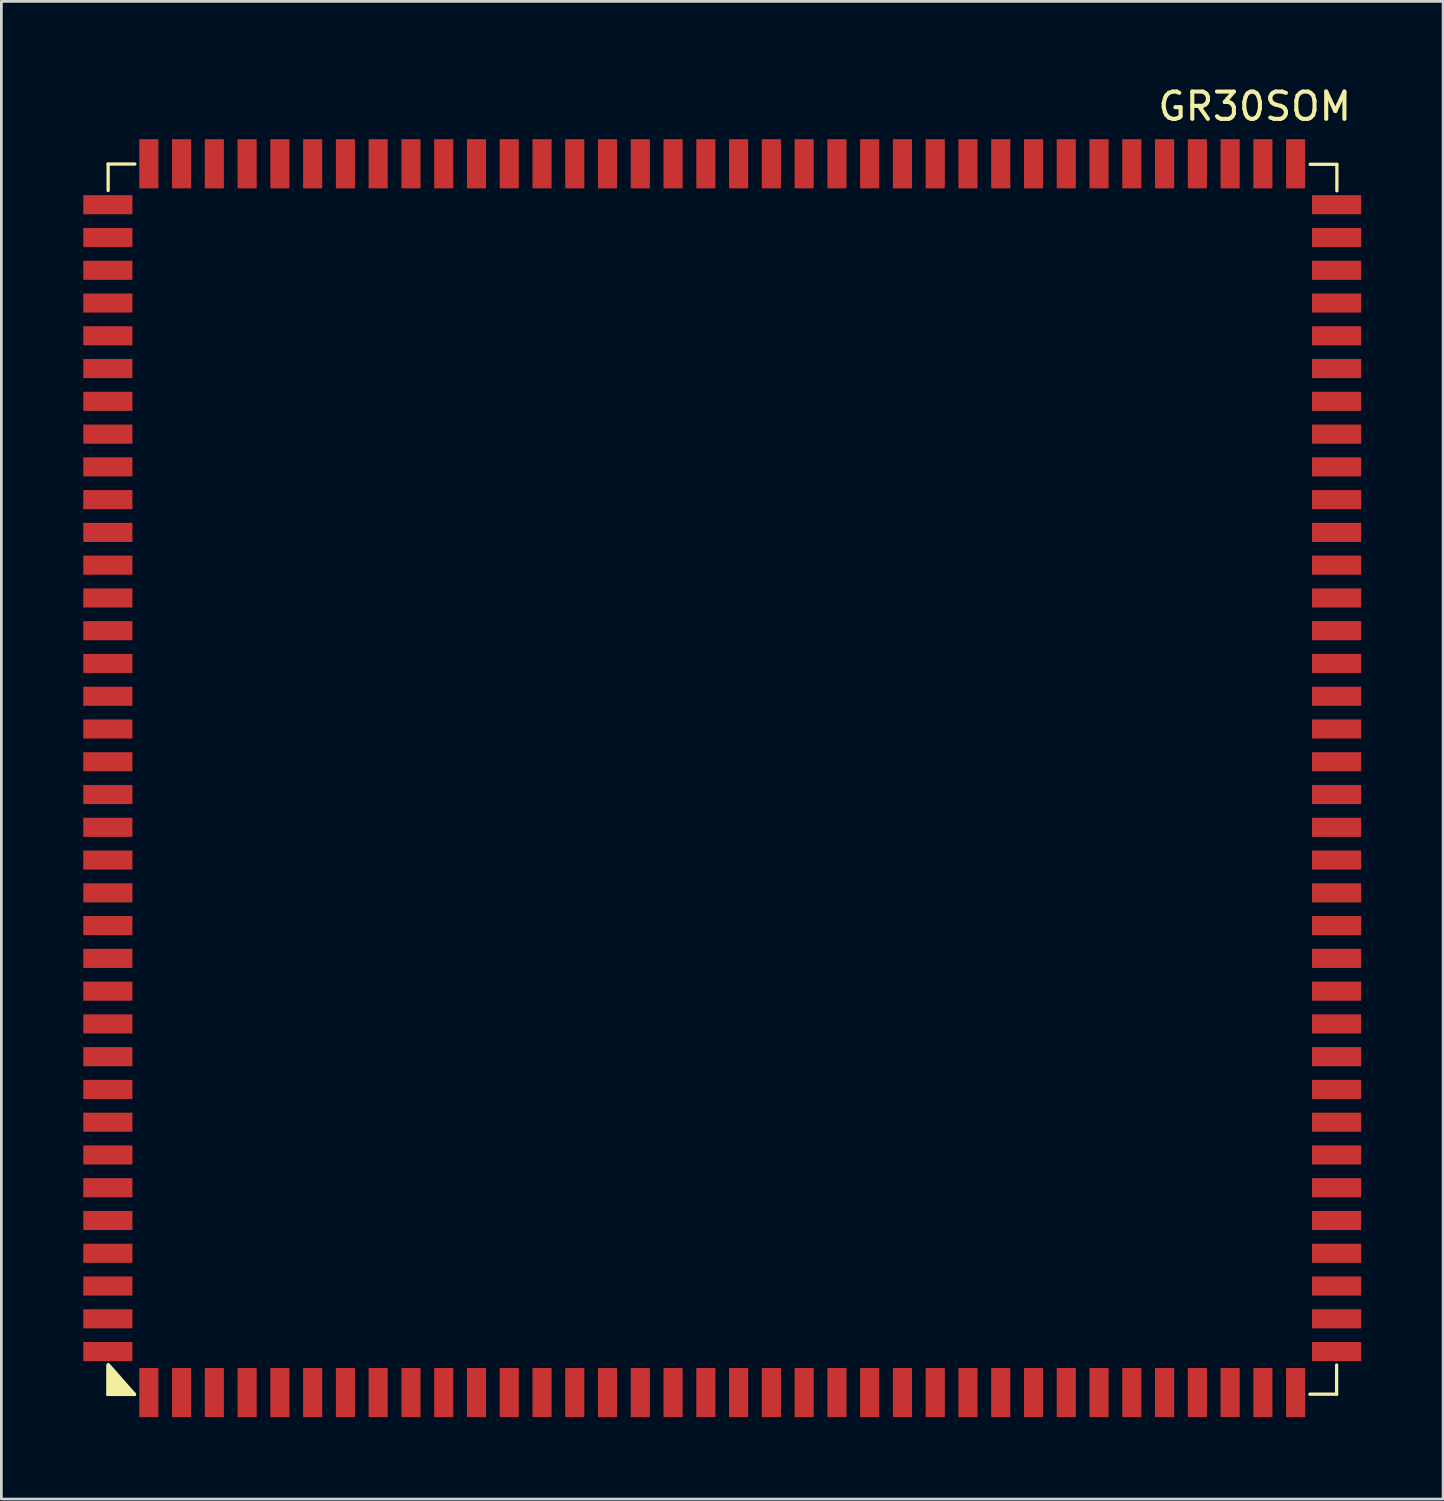
<source format=kicad_pcb>
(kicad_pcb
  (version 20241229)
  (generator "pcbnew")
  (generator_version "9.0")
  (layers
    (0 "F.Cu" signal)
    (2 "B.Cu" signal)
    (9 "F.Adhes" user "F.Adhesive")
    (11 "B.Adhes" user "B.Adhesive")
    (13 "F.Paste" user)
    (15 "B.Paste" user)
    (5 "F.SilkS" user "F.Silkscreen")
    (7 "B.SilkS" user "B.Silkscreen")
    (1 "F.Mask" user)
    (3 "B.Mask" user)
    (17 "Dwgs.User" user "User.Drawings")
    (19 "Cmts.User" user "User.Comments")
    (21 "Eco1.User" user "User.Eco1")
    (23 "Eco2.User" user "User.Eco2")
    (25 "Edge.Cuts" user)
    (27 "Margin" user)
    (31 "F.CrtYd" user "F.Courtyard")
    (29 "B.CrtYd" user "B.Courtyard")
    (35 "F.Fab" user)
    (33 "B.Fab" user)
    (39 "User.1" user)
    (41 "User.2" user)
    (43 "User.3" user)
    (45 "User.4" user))
  (footprint "GR30SOM"
    (layer "F.Cu")
    (at 23.4 25.448)
    (property "Reference" "GR30SOM" (at 19.5 -24.6 0) (layer "F.SilkS") (effects (font (size 1 1) (thickness 0.15))))
    (attr smd)
    (fp_line (start -22.5 21.5) (end -22.5 22.57) (stroke (width 0.12) (type solid)) (layer "F.SilkS"))
    (fp_line (start -22.5 22.57) (end -21.52 22.57) (stroke (width 0.12) (type solid)) (layer "F.SilkS"))
    (fp_line (start -22.49 -22.49) (end -22.49 -21.52) (stroke (width 0.12) (type solid)) (layer "F.SilkS"))
    (fp_line (start -22.48 21.48) (end -21.53 22.56) (stroke (width 0.12) (type solid)) (layer "F.SilkS"))
    (fp_line (start -22.48 21.84) (end -21.76 22.56) (stroke (width 0.12) (type solid)) (layer "F.SilkS"))
    (fp_line (start -22.47 21.61) (end -21.64 22.55) (stroke (width 0.12) (type solid)) (layer "F.SilkS"))
    (fp_line (start -22.46 21.74) (end -21.73 22.53) (stroke (width 0.12) (type solid)) (layer "F.SilkS"))
    (fp_line (start -22.45 21.96) (end -22.42 22.5) (stroke (width 0.12) (type solid)) (layer "F.SilkS"))
    (fp_line (start -22.42 22.09) (end -22.34 22.48) (stroke (width 0.12) (type solid)) (layer "F.SilkS"))
    (fp_line (start -22.42 22.5) (end -21.91 22.49) (stroke (width 0.12) (type solid)) (layer "F.SilkS"))
    (fp_line (start -22.35 22.25) (end -22.25 22.41) (stroke (width 0.12) (type solid)) (layer "F.SilkS"))
    (fp_line (start -22.34 22.48) (end -22.05 22.43) (stroke (width 0.12) (type solid)) (layer "F.SilkS"))
    (fp_line (start -22.25 22.41) (end -22.12 22.29) (stroke (width 0.12) (type solid)) (layer "F.SilkS"))
    (fp_line (start -22.05 22.43) (end -22.35 22.25) (stroke (width 0.12) (type solid)) (layer "F.SilkS"))
    (fp_line (start -21.91 22.49) (end -22.42 22.09) (stroke (width 0.12) (type solid)) (layer "F.SilkS"))
    (fp_line (start -21.76 22.56) (end -22.45 21.96) (stroke (width 0.12) (type solid)) (layer "F.SilkS"))
    (fp_line (start -21.53 22.56) (end -21.56 22.57) (stroke (width 0.12) (type solid)) (layer "F.SilkS"))
    (fp_line (start -21.51 -22.49) (end -22.49 -22.49) (stroke (width 0.12) (type solid)) (layer "F.SilkS"))
    (fp_line (start 21.53 -22.48) (end 22.51 -22.48) (stroke (width 0.12) (type solid)) (layer "F.SilkS"))
    (fp_line (start 22.5 21.49) (end 22.5 22.56) (stroke (width 0.12) (type solid)) (layer "F.SilkS"))
    (fp_line (start 22.5 22.56) (end 21.52 22.56) (stroke (width 0.12) (type solid)) (layer "F.SilkS"))
    (fp_line (start 22.51 -22.48) (end 22.51 -21.51) (stroke (width 0.12) (type solid)) (layer "F.SilkS"))
    (pad "1" smd rect (at -21 22.5) (size 0.7 1.8) (layers "F.Cu" "F.Mask" "F.Paste"))
    (pad "2" smd rect (at -19.8 22.5) (size 0.7 1.8) (layers "F.Cu" "F.Mask" "F.Paste"))
    (pad "3" smd rect (at -18.6 22.5) (size 0.7 1.8) (layers "F.Cu" "F.Mask" "F.Paste"))
    (pad "4" smd rect (at -17.4 22.5) (size 0.7 1.8) (layers "F.Cu" "F.Mask" "F.Paste"))
    (pad "5" smd rect (at -16.2 22.5) (size 0.7 1.8) (layers "F.Cu" "F.Mask" "F.Paste"))
    (pad "6" smd rect (at -15 22.5) (size 0.7 1.8) (layers "F.Cu" "F.Mask" "F.Paste"))
    (pad "7" smd rect (at -13.8 22.5) (size 0.7 1.8) (layers "F.Cu" "F.Mask" "F.Paste"))
    (pad "8" smd rect (at -12.6 22.5) (size 0.7 1.8) (layers "F.Cu" "F.Mask" "F.Paste"))
    (pad "9" smd rect (at -11.4 22.5) (size 0.7 1.8) (layers "F.Cu" "F.Mask" "F.Paste"))
    (pad "10" smd rect (at -10.2 22.5) (size 0.7 1.8) (layers "F.Cu" "F.Mask" "F.Paste"))
    (pad "11" smd rect (at -9 22.5) (size 0.7 1.8) (layers "F.Cu" "F.Mask" "F.Paste"))
    (pad "12" smd rect (at -7.8 22.5) (size 0.7 1.8) (layers "F.Cu" "F.Mask" "F.Paste"))
    (pad "13" smd rect (at -6.6 22.5) (size 0.7 1.8) (layers "F.Cu" "F.Mask" "F.Paste"))
    (pad "14" smd rect (at -5.4 22.5) (size 0.7 1.8) (layers "F.Cu" "F.Mask" "F.Paste"))
    (pad "15" smd rect (at -4.2 22.5) (size 0.7 1.8) (layers "F.Cu" "F.Mask" "F.Paste"))
    (pad "16" smd rect (at -3 22.5) (size 0.7 1.8) (layers "F.Cu" "F.Mask" "F.Paste"))
    (pad "17" smd rect (at -1.8 22.5) (size 0.7 1.8) (layers "F.Cu" "F.Mask" "F.Paste"))
    (pad "18" smd rect (at -0.6 22.5) (size 0.7 1.8) (layers "F.Cu" "F.Mask" "F.Paste"))
    (pad "19" smd rect (at 0.6 22.5) (size 0.7 1.8) (layers "F.Cu" "F.Mask" "F.Paste"))
    (pad "20" smd rect (at 1.8 22.5) (size 0.7 1.8) (layers "F.Cu" "F.Mask" "F.Paste"))
    (pad "21" smd rect (at 3 22.5) (size 0.7 1.8) (layers "F.Cu" "F.Mask" "F.Paste"))
    (pad "22" smd rect (at 4.2 22.5) (size 0.7 1.8) (layers "F.Cu" "F.Mask" "F.Paste"))
    (pad "23" smd rect (at 5.4 22.5) (size 0.7 1.8) (layers "F.Cu" "F.Mask" "F.Paste"))
    (pad "24" smd rect (at 6.6 22.5) (size 0.7 1.8) (layers "F.Cu" "F.Mask" "F.Paste"))
    (pad "25" smd rect (at 7.8 22.5) (size 0.7 1.8) (layers "F.Cu" "F.Mask" "F.Paste"))
    (pad "26" smd rect (at 9 22.5) (size 0.7 1.8) (layers "F.Cu" "F.Mask" "F.Paste"))
    (pad "27" smd rect (at 10.2 22.5) (size 0.7 1.8) (layers "F.Cu" "F.Mask" "F.Paste"))
    (pad "28" smd rect (at 11.4 22.5) (size 0.7 1.8) (layers "F.Cu" "F.Mask" "F.Paste"))
    (pad "29" smd rect (at 12.6 22.5) (size 0.7 1.8) (layers "F.Cu" "F.Mask" "F.Paste"))
    (pad "30" smd rect (at 13.8 22.5) (size 0.7 1.8) (layers "F.Cu" "F.Mask" "F.Paste"))
    (pad "31" smd rect (at 15 22.5) (size 0.7 1.8) (layers "F.Cu" "F.Mask" "F.Paste"))
    (pad "32" smd rect (at 16.2 22.5) (size 0.7 1.8) (layers "F.Cu" "F.Mask" "F.Paste"))
    (pad "33" smd rect (at 17.4 22.5) (size 0.7 1.8) (layers "F.Cu" "F.Mask" "F.Paste"))
    (pad "34" smd rect (at 18.6 22.5) (size 0.7 1.8) (layers "F.Cu" "F.Mask" "F.Paste"))
    (pad "35" smd rect (at 19.8 22.5) (size 0.7 1.8) (layers "F.Cu" "F.Mask" "F.Paste"))
    (pad "36" smd rect (at 21 22.5) (size 0.7 1.8) (layers "F.Cu" "F.Mask" "F.Paste"))
    (pad "37" smd rect (at 22.5 21 90) (size 0.7 1.8) (layers "F.Cu" "F.Mask" "F.Paste"))
    (pad "38" smd rect (at 22.5 19.8 90) (size 0.7 1.8) (layers "F.Cu" "F.Mask" "F.Paste"))
    (pad "39" smd rect (at 22.5 18.6 90) (size 0.7 1.8) (layers "F.Cu" "F.Mask" "F.Paste"))
    (pad "40" smd rect (at 22.5 17.4 90) (size 0.7 1.8) (layers "F.Cu" "F.Mask" "F.Paste"))
    (pad "41" smd rect (at 22.5 16.2 90) (size 0.7 1.8) (layers "F.Cu" "F.Mask" "F.Paste"))
    (pad "42" smd rect (at 22.5 15 90) (size 0.7 1.8) (layers "F.Cu" "F.Mask" "F.Paste"))
    (pad "43" smd rect (at 22.5 13.8 90) (size 0.7 1.8) (layers "F.Cu" "F.Mask" "F.Paste"))
    (pad "44" smd rect (at 22.5 12.6 90) (size 0.7 1.8) (layers "F.Cu" "F.Mask" "F.Paste"))
    (pad "45" smd rect (at 22.5 11.4 90) (size 0.7 1.8) (layers "F.Cu" "F.Mask" "F.Paste"))
    (pad "46" smd rect (at 22.5 10.2 90) (size 0.7 1.8) (layers "F.Cu" "F.Mask" "F.Paste"))
    (pad "47" smd rect (at 22.5 9 90) (size 0.7 1.8) (layers "F.Cu" "F.Mask" "F.Paste"))
    (pad "48" smd rect (at 22.5 7.8 90) (size 0.7 1.8) (layers "F.Cu" "F.Mask" "F.Paste"))
    (pad "49" smd rect (at 22.5 6.6 90) (size 0.7 1.8) (layers "F.Cu" "F.Mask" "F.Paste"))
    (pad "50" smd rect (at 22.5 5.4 90) (size 0.7 1.8) (layers "F.Cu" "F.Mask" "F.Paste"))
    (pad "51" smd rect (at 22.5 4.2 90) (size 0.7 1.8) (layers "F.Cu" "F.Mask" "F.Paste"))
    (pad "52" smd rect (at 22.5 3 90) (size 0.7 1.8) (layers "F.Cu" "F.Mask" "F.Paste"))
    (pad "53" smd rect (at 22.5 1.8 90) (size 0.7 1.8) (layers "F.Cu" "F.Mask" "F.Paste"))
    (pad "54" smd rect (at 22.5 0.6 90) (size 0.7 1.8) (layers "F.Cu" "F.Mask" "F.Paste"))
    (pad "55" smd rect (at 22.5 -0.6 90) (size 0.7 1.8) (layers "F.Cu" "F.Mask" "F.Paste"))
    (pad "56" smd rect (at 22.5 -1.8 90) (size 0.7 1.8) (layers "F.Cu" "F.Mask" "F.Paste"))
    (pad "57" smd rect (at 22.5 -3 90) (size 0.7 1.8) (layers "F.Cu" "F.Mask" "F.Paste"))
    (pad "58" smd rect (at 22.5 -4.2 90) (size 0.7 1.8) (layers "F.Cu" "F.Mask" "F.Paste"))
    (pad "59" smd rect (at 22.5 -5.4 90) (size 0.7 1.8) (layers "F.Cu" "F.Mask" "F.Paste"))
    (pad "60" smd rect (at 22.5 -6.6 90) (size 0.7 1.8) (layers "F.Cu" "F.Mask" "F.Paste"))
    (pad "61" smd rect (at 22.5 -7.8 90) (size 0.7 1.8) (layers "F.Cu" "F.Mask" "F.Paste"))
    (pad "62" smd rect (at 22.5 -9 90) (size 0.7 1.8) (layers "F.Cu" "F.Mask" "F.Paste"))
    (pad "63" smd rect (at 22.5 -10.2 90) (size 0.7 1.8) (layers "F.Cu" "F.Mask" "F.Paste"))
    (pad "64" smd rect (at 22.5 -11.4 90) (size 0.7 1.8) (layers "F.Cu" "F.Mask" "F.Paste"))
    (pad "65" smd rect (at 22.5 -12.6 90) (size 0.7 1.8) (layers "F.Cu" "F.Mask" "F.Paste"))
    (pad "66" smd rect (at 22.5 -13.8 90) (size 0.7 1.8) (layers "F.Cu" "F.Mask" "F.Paste"))
    (pad "67" smd rect (at 22.5 -15 90) (size 0.7 1.8) (layers "F.Cu" "F.Mask" "F.Paste"))
    (pad "68" smd rect (at 22.5 -16.2 90) (size 0.7 1.8) (layers "F.Cu" "F.Mask" "F.Paste"))
    (pad "69" smd rect (at 22.5 -17.4 90) (size 0.7 1.8) (layers "F.Cu" "F.Mask" "F.Paste"))
    (pad "70" smd rect (at 22.5 -18.6 90) (size 0.7 1.8) (layers "F.Cu" "F.Mask" "F.Paste"))
    (pad "71" smd rect (at 22.5 -19.8 90) (size 0.7 1.8) (layers "F.Cu" "F.Mask" "F.Paste"))
    (pad "72" smd rect (at 22.5 -21 90) (size 0.7 1.8) (layers "F.Cu" "F.Mask" "F.Paste"))
    (pad "73" smd rect (at 21 -22.5) (size 0.7 1.8) (layers "F.Cu" "F.Mask" "F.Paste"))
    (pad "74" smd rect (at 19.8 -22.5) (size 0.7 1.8) (layers "F.Cu" "F.Mask" "F.Paste"))
    (pad "75" smd rect (at 18.6 -22.5) (size 0.7 1.8) (layers "F.Cu" "F.Mask" "F.Paste"))
    (pad "76" smd rect (at 17.4 -22.5) (size 0.7 1.8) (layers "F.Cu" "F.Mask" "F.Paste"))
    (pad "77" smd rect (at 16.2 -22.5) (size 0.7 1.8) (layers "F.Cu" "F.Mask" "F.Paste"))
    (pad "78" smd rect (at 15 -22.5) (size 0.7 1.8) (layers "F.Cu" "F.Mask" "F.Paste"))
    (pad "79" smd rect (at 13.8 -22.5) (size 0.7 1.8) (layers "F.Cu" "F.Mask" "F.Paste"))
    (pad "80" smd rect (at 12.6 -22.5) (size 0.7 1.8) (layers "F.Cu" "F.Mask" "F.Paste"))
    (pad "81" smd rect (at 11.4 -22.5) (size 0.7 1.8) (layers "F.Cu" "F.Mask" "F.Paste"))
    (pad "82" smd rect (at 10.2 -22.5) (size 0.7 1.8) (layers "F.Cu" "F.Mask" "F.Paste"))
    (pad "83" smd rect (at 9 -22.5) (size 0.7 1.8) (layers "F.Cu" "F.Mask" "F.Paste"))
    (pad "84" smd rect (at 7.8 -22.5) (size 0.7 1.8) (layers "F.Cu" "F.Mask" "F.Paste"))
    (pad "85" smd rect (at 6.6 -22.5) (size 0.7 1.8) (layers "F.Cu" "F.Mask" "F.Paste"))
    (pad "86" smd rect (at 5.4 -22.5) (size 0.7 1.8) (layers "F.Cu" "F.Mask" "F.Paste"))
    (pad "87" smd rect (at 4.2 -22.5) (size 0.7 1.8) (layers "F.Cu" "F.Mask" "F.Paste"))
    (pad "88" smd rect (at 3 -22.5) (size 0.7 1.8) (layers "F.Cu" "F.Mask" "F.Paste"))
    (pad "89" smd rect (at 1.8 -22.5) (size 0.7 1.8) (layers "F.Cu" "F.Mask" "F.Paste"))
    (pad "90" smd rect (at 0.6 -22.5) (size 0.7 1.8) (layers "F.Cu" "F.Mask" "F.Paste"))
    (pad "91" smd rect (at -0.6 -22.5) (size 0.7 1.8) (layers "F.Cu" "F.Mask" "F.Paste"))
    (pad "92" smd rect (at -1.8 -22.5) (size 0.7 1.8) (layers "F.Cu" "F.Mask" "F.Paste"))
    (pad "93" smd rect (at -3 -22.5) (size 0.7 1.8) (layers "F.Cu" "F.Mask" "F.Paste"))
    (pad "94" smd rect (at -4.2 -22.5) (size 0.7 1.8) (layers "F.Cu" "F.Mask" "F.Paste"))
    (pad "95" smd rect (at -5.4 -22.5) (size 0.7 1.8) (layers "F.Cu" "F.Mask" "F.Paste"))
    (pad "96" smd rect (at -6.6 -22.5) (size 0.7 1.8) (layers "F.Cu" "F.Mask" "F.Paste"))
    (pad "97" smd rect (at -7.8 -22.5) (size 0.7 1.8) (layers "F.Cu" "F.Mask" "F.Paste"))
    (pad "98" smd rect (at -9 -22.5) (size 0.7 1.8) (layers "F.Cu" "F.Mask" "F.Paste"))
    (pad "99" smd rect (at -10.2 -22.5) (size 0.7 1.8) (layers "F.Cu" "F.Mask" "F.Paste"))
    (pad "100" smd rect (at -11.4 -22.5) (size 0.7 1.8) (layers "F.Cu" "F.Mask" "F.Paste"))
    (pad "101" smd rect (at -12.6 -22.5) (size 0.7 1.8) (layers "F.Cu" "F.Mask" "F.Paste"))
    (pad "102" smd rect (at -13.8 -22.5) (size 0.7 1.8) (layers "F.Cu" "F.Mask" "F.Paste"))
    (pad "103" smd rect (at -15 -22.5) (size 0.7 1.8) (layers "F.Cu" "F.Mask" "F.Paste"))
    (pad "104" smd rect (at -16.2 -22.5) (size 0.7 1.8) (layers "F.Cu" "F.Mask" "F.Paste"))
    (pad "105" smd rect (at -17.4 -22.5) (size 0.7 1.8) (layers "F.Cu" "F.Mask" "F.Paste"))
    (pad "106" smd rect (at -18.6 -22.5) (size 0.7 1.8) (layers "F.Cu" "F.Mask" "F.Paste"))
    (pad "107" smd rect (at -19.8 -22.5) (size 0.7 1.8) (layers "F.Cu" "F.Mask" "F.Paste"))
    (pad "108" smd rect (at -21 -22.5) (size 0.7 1.8) (layers "F.Cu" "F.Mask" "F.Paste"))
    (pad "109" smd rect (at -22.5 -21 90) (size 0.7 1.8) (layers "F.Cu" "F.Mask" "F.Paste"))
    (pad "110" smd rect (at -22.5 -19.8 90) (size 0.7 1.8) (layers "F.Cu" "F.Mask" "F.Paste"))
    (pad "111" smd rect (at -22.5 -18.6 90) (size 0.7 1.8) (layers "F.Cu" "F.Mask" "F.Paste"))
    (pad "112" smd rect (at -22.5 -17.4 90) (size 0.7 1.8) (layers "F.Cu" "F.Mask" "F.Paste"))
    (pad "113" smd rect (at -22.5 -16.2 90) (size 0.7 1.8) (layers "F.Cu" "F.Mask" "F.Paste"))
    (pad "114" smd rect (at -22.5 -15 90) (size 0.7 1.8) (layers "F.Cu" "F.Mask" "F.Paste"))
    (pad "115" smd rect (at -22.5 -13.8 90) (size 0.7 1.8) (layers "F.Cu" "F.Mask" "F.Paste"))
    (pad "116" smd rect (at -22.5 -12.6 90) (size 0.7 1.8) (layers "F.Cu" "F.Mask" "F.Paste"))
    (pad "117" smd rect (at -22.5 -11.4 90) (size 0.7 1.8) (layers "F.Cu" "F.Mask" "F.Paste"))
    (pad "118" smd rect (at -22.5 -10.2 90) (size 0.7 1.8) (layers "F.Cu" "F.Mask" "F.Paste"))
    (pad "119" smd rect (at -22.5 -9 90) (size 0.7 1.8) (layers "F.Cu" "F.Mask" "F.Paste"))
    (pad "120" smd rect (at -22.5 -7.8 90) (size 0.7 1.8) (layers "F.Cu" "F.Mask" "F.Paste"))
    (pad "121" smd rect (at -22.5 -6.6 90) (size 0.7 1.8) (layers "F.Cu" "F.Mask" "F.Paste"))
    (pad "122" smd rect (at -22.5 -5.4 90) (size 0.7 1.8) (layers "F.Cu" "F.Mask" "F.Paste"))
    (pad "123" smd rect (at -22.5 -4.2 90) (size 0.7 1.8) (layers "F.Cu" "F.Mask" "F.Paste"))
    (pad "124" smd rect (at -22.5 -3 90) (size 0.7 1.8) (layers "F.Cu" "F.Mask" "F.Paste"))
    (pad "125" smd rect (at -22.5 -1.8 90) (size 0.7 1.8) (layers "F.Cu" "F.Mask" "F.Paste"))
    (pad "126" smd rect (at -22.5 -0.6 90) (size 0.7 1.8) (layers "F.Cu" "F.Mask" "F.Paste"))
    (pad "127" smd rect (at -22.5 0.6 90) (size 0.7 1.8) (layers "F.Cu" "F.Mask" "F.Paste"))
    (pad "128" smd rect (at -22.5 1.8 90) (size 0.7 1.8) (layers "F.Cu" "F.Mask" "F.Paste"))
    (pad "129" smd rect (at -22.5 3 90) (size 0.7 1.8) (layers "F.Cu" "F.Mask" "F.Paste"))
    (pad "130" smd rect (at -22.5 4.2 90) (size 0.7 1.8) (layers "F.Cu" "F.Mask" "F.Paste"))
    (pad "131" smd rect (at -22.5 5.4 90) (size 0.7 1.8) (layers "F.Cu" "F.Mask" "F.Paste"))
    (pad "132" smd rect (at -22.5 6.6 90) (size 0.7 1.8) (layers "F.Cu" "F.Mask" "F.Paste"))
    (pad "133" smd rect (at -22.5 7.8 90) (size 0.7 1.8) (layers "F.Cu" "F.Mask" "F.Paste"))
    (pad "134" smd rect (at -22.5 9 90) (size 0.7 1.8) (layers "F.Cu" "F.Mask" "F.Paste"))
    (pad "135" smd rect (at -22.5 10.2 90) (size 0.7 1.8) (layers "F.Cu" "F.Mask" "F.Paste"))
    (pad "136" smd rect (at -22.5 11.4 90) (size 0.7 1.8) (layers "F.Cu" "F.Mask" "F.Paste"))
    (pad "137" smd rect (at -22.5 12.6 90) (size 0.7 1.8) (layers "F.Cu" "F.Mask" "F.Paste"))
    (pad "138" smd rect (at -22.5 13.8 90) (size 0.7 1.8) (layers "F.Cu" "F.Mask" "F.Paste"))
    (pad "139" smd rect (at -22.5 15 90) (size 0.7 1.8) (layers "F.Cu" "F.Mask" "F.Paste"))
    (pad "140" smd rect (at -22.5 16.2 90) (size 0.7 1.8) (layers "F.Cu" "F.Mask" "F.Paste"))
    (pad "141" smd rect (at -22.5 17.4 90) (size 0.7 1.8) (layers "F.Cu" "F.Mask" "F.Paste"))
    (pad "142" smd rect (at -22.5 18.6 90) (size 0.7 1.8) (layers "F.Cu" "F.Mask" "F.Paste"))
    (pad "143" smd rect (at -22.5 19.8 90) (size 0.7 1.8) (layers "F.Cu" "F.Mask" "F.Paste"))
    (pad "144" smd rect (at -22.5 21 90) (size 0.7 1.8) (layers "F.Cu" "F.Mask" "F.Paste")))
  (gr_rect
    (start -3 -3)
    (end 49.8 51.848)
    (stroke (width 0.1) (type default))
    (fill no)
    (layer "Edge.Cuts")))
</source>
